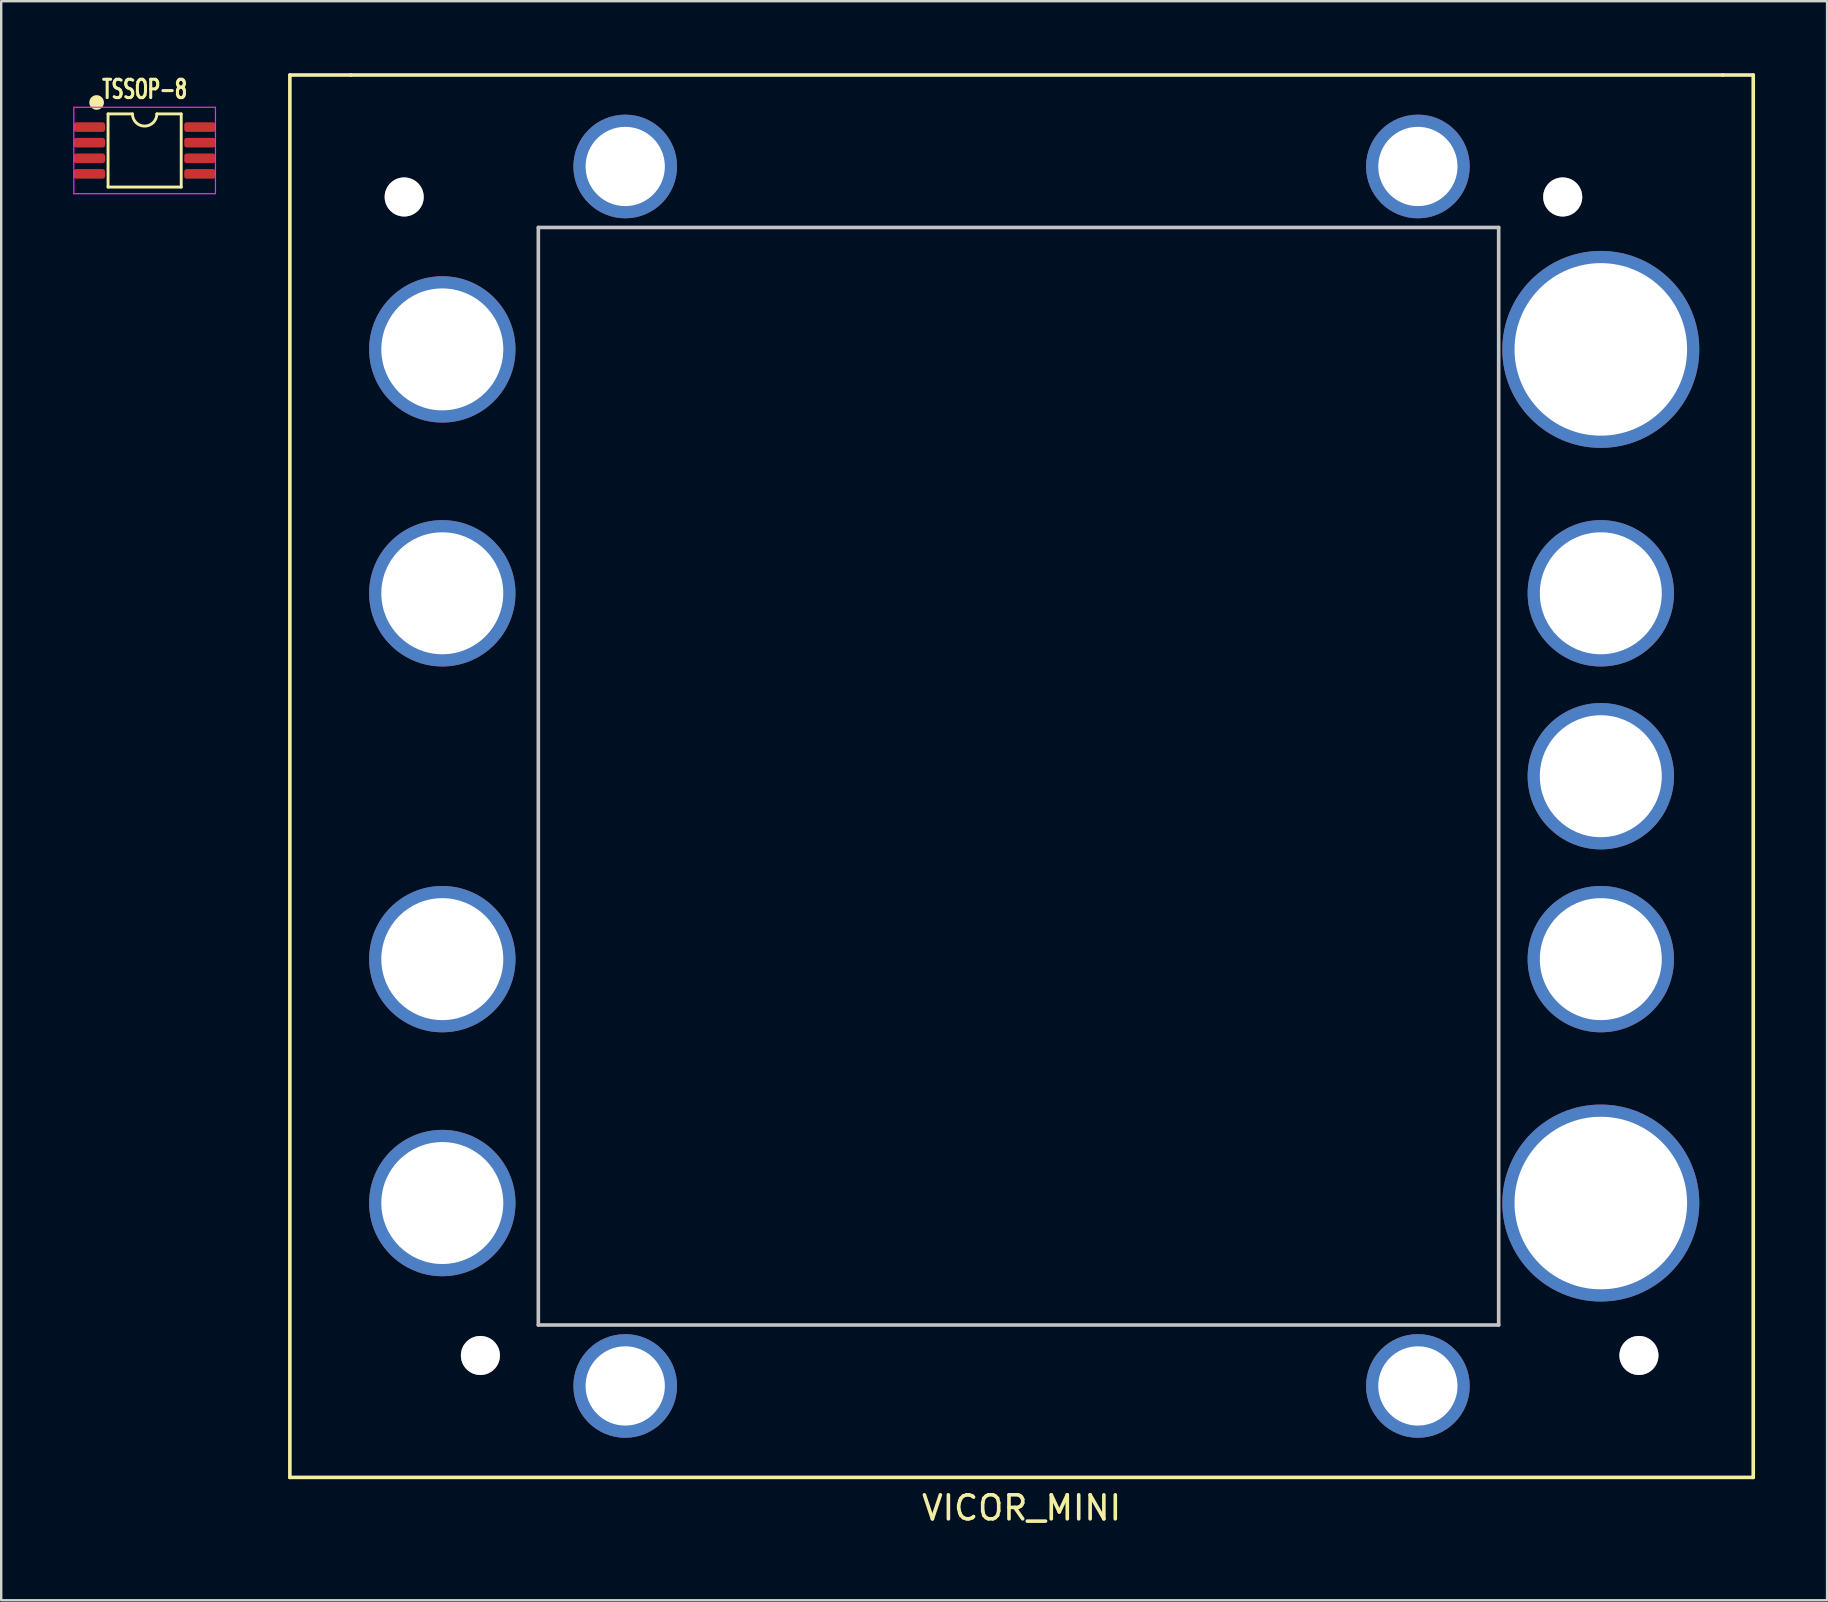
<source format=kicad_pcb>
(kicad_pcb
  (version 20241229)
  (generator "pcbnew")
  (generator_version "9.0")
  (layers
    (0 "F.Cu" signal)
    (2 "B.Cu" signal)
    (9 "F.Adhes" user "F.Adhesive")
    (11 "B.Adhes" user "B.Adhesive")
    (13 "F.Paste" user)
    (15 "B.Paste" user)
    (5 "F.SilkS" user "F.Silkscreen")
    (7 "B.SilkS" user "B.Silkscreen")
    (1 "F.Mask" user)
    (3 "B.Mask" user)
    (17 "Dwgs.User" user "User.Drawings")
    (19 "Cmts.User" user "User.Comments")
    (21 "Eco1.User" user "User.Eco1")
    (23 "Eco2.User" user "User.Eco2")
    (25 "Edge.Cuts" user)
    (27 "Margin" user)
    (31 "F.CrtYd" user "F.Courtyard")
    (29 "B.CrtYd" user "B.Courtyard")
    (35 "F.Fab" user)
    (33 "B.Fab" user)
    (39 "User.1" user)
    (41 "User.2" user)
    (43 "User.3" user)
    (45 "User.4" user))
  (footprint "TSSOP-8"
    (layer "F.Cu")
    (at 2.975 3.219)
    (property "Reference" "TSSOP-8" (at 0 -2.55 0) (layer "F.SilkS") (effects (font (size 0.762 0.508) (thickness 0.127))))
    (attr smd)
    (fp_line (start -1.524 -1.524) (end -1.524 1.524) (stroke (width 0.12) (type solid)) (layer "F.SilkS"))
    (fp_line (start -1.524 -1.524) (end -0.508 -1.524) (stroke (width 0.12) (type solid)) (layer "F.SilkS"))
    (fp_line (start -1.524 1.524) (end 1.524 1.524) (stroke (width 0.12) (type solid)) (layer "F.SilkS"))
    (fp_line (start 1.524 -1.524) (end 0.508 -1.524) (stroke (width 0.12) (type solid)) (layer "F.SilkS"))
    (fp_line (start 1.524 1.524) (end 1.524 -1.524) (stroke (width 0.12) (type solid)) (layer "F.SilkS"))
    (fp_arc (start 0.508 -1.524) (mid 0 -1.016) (end -0.508 -1.524) (stroke (width 0.12) (type solid)) (layer "F.SilkS"))
    (fp_circle (center -2 -2) (end -1.746 -2) (stroke (width 0.102) (type solid)) (fill yes) (layer "F.SilkS"))
    (fp_line (start -2.95 -1.8) (end -2.95 1.8) (stroke (width 0.05) (type solid)) (layer "F.CrtYd"))
    (fp_line (start -2.95 -1.8) (end 2.95 -1.8) (stroke (width 0.05) (type solid)) (layer "F.CrtYd"))
    (fp_line (start -2.95 1.8) (end 2.95 1.8) (stroke (width 0.05) (type solid)) (layer "F.CrtYd"))
    (fp_line (start 2.95 -1.8) (end 2.95 1.8) (stroke (width 0.05) (type solid)) (layer "F.CrtYd"))
    (pad "1" smd roundrect (at -2.3 -0.975) (size 1.3 0.4) (layers "F.Cu" "F.Mask" "F.Paste") (roundrect_rratio 0.25))
    (pad "2" smd roundrect (at -2.3 -0.325) (size 1.3 0.4) (layers "F.Cu" "F.Mask" "F.Paste") (roundrect_rratio 0.25))
    (pad "3" smd roundrect (at -2.3 0.325) (size 1.3 0.4) (layers "F.Cu" "F.Mask" "F.Paste") (roundrect_rratio 0.25))
    (pad "4" smd roundrect (at -2.3 0.975) (size 1.3 0.4) (layers "F.Cu" "F.Mask" "F.Paste") (roundrect_rratio 0.25))
    (pad "5" smd roundrect (at 2.3 0.975) (size 1.3 0.4) (layers "F.Cu" "F.Mask" "F.Paste") (roundrect_rratio 0.25))
    (pad "6" smd roundrect (at 2.3 0.325) (size 1.3 0.4) (layers "F.Cu" "F.Mask" "F.Paste") (roundrect_rratio 0.25))
    (pad "7" smd roundrect (at 2.3 -0.325) (size 1.3 0.4) (layers "F.Cu" "F.Mask" "F.Paste") (roundrect_rratio 0.25))
    (pad "8" smd roundrect (at 2.3 -0.975) (size 1.3 0.4) (layers "F.Cu" "F.Mask" "F.Paste") (roundrect_rratio 0.25)))
  (footprint "VICOR_MINI"
    (layer "F.Cu")
    (at 39.505 29.285)
    (property "Reference" "VICOR_MINI" (at 0 30.48 0) (layer "F.SilkS") (effects (font (size 1 1) (thickness 0.15))))
    (attr through_hole)
    (fp_line (start -30.48 -29.21) (end -27.94 -29.21) (stroke (width 0.15) (type solid)) (layer "F.SilkS"))
    (fp_line (start -30.48 29.21) (end -30.48 -29.21) (stroke (width 0.15) (type solid)) (layer "F.SilkS"))
    (fp_line (start -27.94 -29.21) (end 29.21 -29.21) (stroke (width 0.15) (type solid)) (layer "F.SilkS"))
    (fp_line (start 29.21 -29.21) (end 30.48 -29.21) (stroke (width 0.15) (type solid)) (layer "F.SilkS"))
    (fp_line (start 30.48 -29.21) (end 30.48 29.21) (stroke (width 0.15) (type solid)) (layer "F.SilkS"))
    (fp_line (start 30.48 29.21) (end -30.48 29.21) (stroke (width 0.15) (type solid)) (layer "F.SilkS"))
    (fp_line (start -20.13 -22.86) (end -20.13 22.86) (stroke (width 0.15) (type solid)) (layer "Dwgs.User"))
    (fp_line (start -20.13 -22.86) (end 19.875 -22.86) (stroke (width 0.15) (type solid)) (layer "Dwgs.User"))
    (fp_line (start -20.13 22.86) (end 19.875 22.86) (stroke (width 0.15) (type solid)) (layer "Dwgs.User"))
    (fp_line (start 19.875 -22.86) (end 19.875 22.86) (stroke (width 0.15) (type solid)) (layer "Dwgs.User"))
    (pad "" thru_hole circle (at -25.718 -24.13) (size 1.626 1.626) (drill 1.626) (layers "*.Cu" "*.Mask"))
    (pad "" thru_hole circle (at -22.543 24.13) (size 1.626 1.626) (drill 1.626) (layers "*.Cu" "*.Mask"))
    (pad "" thru_hole circle (at 22.543 -24.13) (size 1.626 1.626) (drill 1.626) (layers "*.Cu" "*.Mask"))
    (pad "" thru_hole circle (at 25.718 24.13) (size 1.626 1.626) (drill 1.626) (layers "*.Cu" "*.Mask"))
    (pad "1" thru_hole circle (at -24.13 17.78) (size 6.096 6.096) (drill 5.08) (layers "*.Cu" "*.Mask"))
    (pad "2" thru_hole circle (at -24.13 7.62) (size 6.096 6.096) (drill 5.08) (layers "*.Cu" "*.Mask"))
    (pad "3" thru_hole circle (at -24.13 -7.62) (size 6.096 6.096) (drill 5.08) (layers "*.Cu" "*.Mask"))
    (pad "4" thru_hole circle (at -24.13 -17.78) (size 6.096 6.096) (drill 5.08) (layers "*.Cu" "*.Mask"))
    (pad "5" thru_hole circle (at 24.13 -17.78) (size 8.204 8.204) (drill 7.188) (layers "*.Cu" "*.Mask"))
    (pad "6" thru_hole circle (at 24.13 -7.62) (size 6.096 6.096) (drill 5.08) (layers "*.Cu" "*.Mask"))
    (pad "7" thru_hole circle (at 24.13 0) (size 6.096 6.096) (drill 5.08) (layers "*.Cu" "*.Mask"))
    (pad "8" thru_hole circle (at 24.13 7.62) (size 6.096 6.096) (drill 5.08) (layers "*.Cu" "*.Mask"))
    (pad "9" thru_hole circle (at 24.13 17.78) (size 8.204 8.204) (drill 7.188) (layers "*.Cu" "*.Mask"))
    (pad "10" thru_hole circle (at -16.51 -25.4) (size 4.318 4.318) (drill 3.302) (layers "*.Cu" "*.Mask"))
    (pad "10" thru_hole circle (at -16.51 25.4) (size 4.318 4.318) (drill 3.302) (layers "*.Cu" "*.Mask"))
    (pad "10" thru_hole circle (at 16.51 -25.4) (size 4.318 4.318) (drill 3.302) (layers "*.Cu" "*.Mask"))
    (pad "10" thru_hole circle (at 16.51 25.4) (size 4.318 4.318) (drill 3.302) (layers "*.Cu" "*.Mask")))
  (gr_rect
    (start -3 -3)
    (end 73.06 63.613)
    (stroke (width 0.1) (type default))
    (fill no)
    (layer "Edge.Cuts")))
</source>
